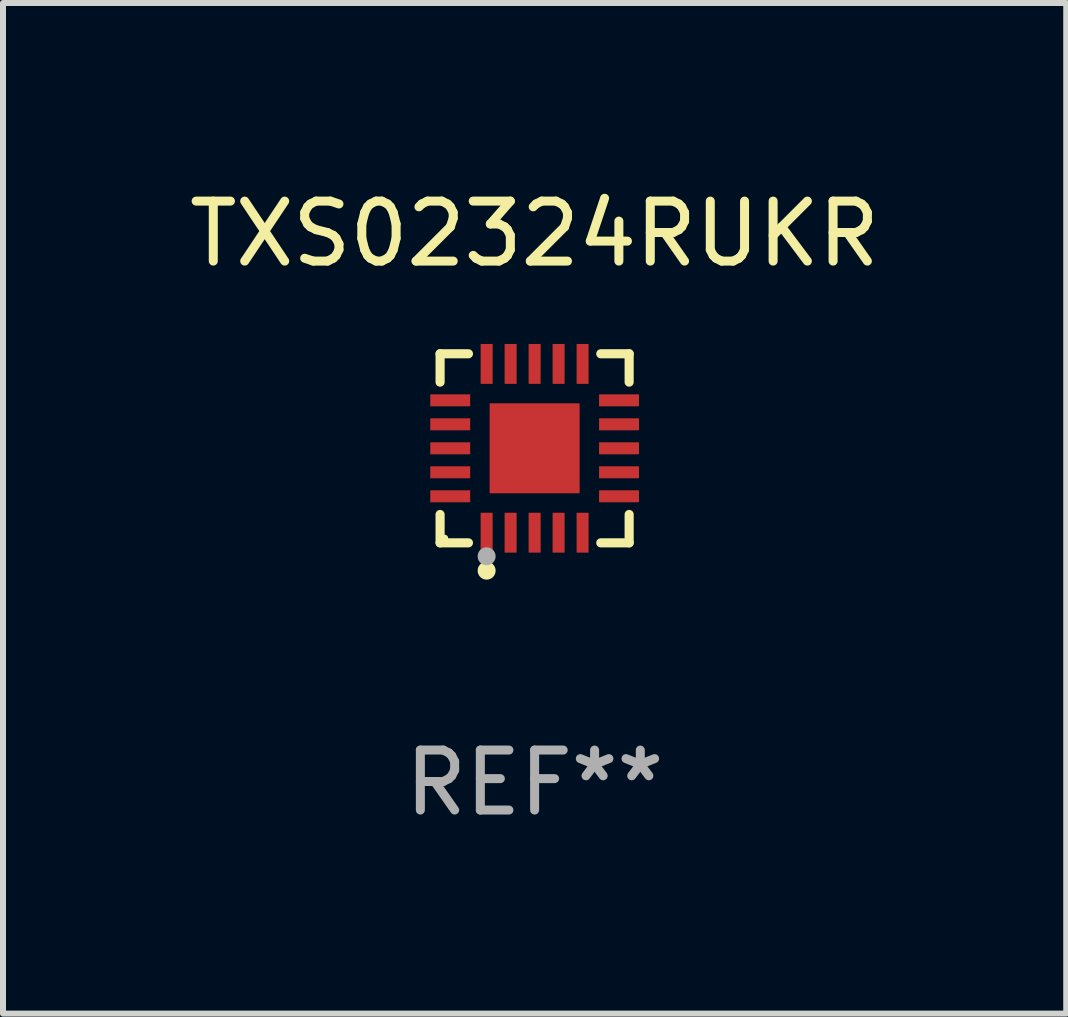
<source format=kicad_pcb>
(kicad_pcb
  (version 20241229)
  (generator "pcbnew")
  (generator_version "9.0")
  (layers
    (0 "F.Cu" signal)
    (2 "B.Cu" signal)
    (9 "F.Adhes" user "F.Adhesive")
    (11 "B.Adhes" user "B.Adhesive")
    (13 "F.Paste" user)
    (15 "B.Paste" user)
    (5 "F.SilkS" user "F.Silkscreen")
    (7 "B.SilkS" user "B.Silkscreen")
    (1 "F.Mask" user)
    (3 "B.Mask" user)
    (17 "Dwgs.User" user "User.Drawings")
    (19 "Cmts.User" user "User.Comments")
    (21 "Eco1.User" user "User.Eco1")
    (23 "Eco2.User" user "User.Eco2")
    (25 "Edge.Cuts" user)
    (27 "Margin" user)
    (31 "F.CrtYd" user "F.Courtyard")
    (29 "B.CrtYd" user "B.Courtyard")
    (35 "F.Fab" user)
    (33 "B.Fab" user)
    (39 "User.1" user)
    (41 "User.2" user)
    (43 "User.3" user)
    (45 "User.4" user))
  (footprint "TXS02324RUKR"
    (layer "F.Cu")
    (at 5.863 4.424)
    (property "Reference" "TXS02324RUKR" (at 0 -3.576 0) (layer "F.SilkS") (effects (font (size 1 1) (thickness 0.15))))
    (attr through_hole)
    (fp_line (start -1.576 -1.576) (end -1.103 -1.576) (stroke (width 0.152) (type solid)) (layer "F.SilkS"))
    (fp_line (start -1.576 -1.103) (end -1.576 -1.576) (stroke (width 0.152) (type solid)) (layer "F.SilkS"))
    (fp_line (start -1.576 1.103) (end -1.576 1.576) (stroke (width 0.152) (type solid)) (layer "F.SilkS"))
    (fp_line (start -1.576 1.576) (end -1.103 1.576) (stroke (width 0.152) (type solid)) (layer "F.SilkS"))
    (fp_line (start 1.576 -1.576) (end 1.103 -1.576) (stroke (width 0.152) (type solid)) (layer "F.SilkS"))
    (fp_line (start 1.576 -1.103) (end 1.576 -1.576) (stroke (width 0.152) (type solid)) (layer "F.SilkS"))
    (fp_line (start 1.576 1.103) (end 1.576 1.576) (stroke (width 0.152) (type solid)) (layer "F.SilkS"))
    (fp_line (start 1.576 1.576) (end 1.103 1.576) (stroke (width 0.152) (type solid)) (layer "F.SilkS"))
    (fp_circle (center -1.5 1.5) (end -1.47 1.5) (stroke (width 0.06) (type solid)) (fill no) (layer "F.SilkS"))
    (fp_circle (center -0.8 2.04) (end -0.725 2.04) (stroke (width 0.15) (type solid)) (fill no) (layer "F.SilkS"))
    (fp_circle (center -0.8 1.8) (end -0.725 1.8) (stroke (width 0.15) (type solid)) (fill no) (layer "F.Fab"))
    (fp_text user "REF**" (at 0 5.576 0) (layer "F.Fab") (effects (font (size 1 1) (thickness 0.15))))
    (pad "1" smd rect (at -0.8 1.407) (size 0.2 0.665) (layers "F.Cu" "F.Mask" "F.Paste"))
    (pad "2" smd rect (at -0.4 1.407) (size 0.2 0.665) (layers "F.Cu" "F.Mask" "F.Paste"))
    (pad "3" smd rect (at 0 1.407) (size 0.2 0.665) (layers "F.Cu" "F.Mask" "F.Paste"))
    (pad "4" smd rect (at 0.4 1.407) (size 0.2 0.665) (layers "F.Cu" "F.Mask" "F.Paste"))
    (pad "5" smd rect (at 0.8 1.407) (size 0.2 0.665) (layers "F.Cu" "F.Mask" "F.Paste"))
    (pad "6" smd rect (at 1.407 0.8) (size 0.665 0.2) (layers "F.Cu" "F.Mask" "F.Paste"))
    (pad "7" smd rect (at 1.407 0.4) (size 0.665 0.2) (layers "F.Cu" "F.Mask" "F.Paste"))
    (pad "8" smd rect (at 1.407 0) (size 0.665 0.2) (layers "F.Cu" "F.Mask" "F.Paste"))
    (pad "9" smd rect (at 1.407 -0.4) (size 0.665 0.2) (layers "F.Cu" "F.Mask" "F.Paste"))
    (pad "10" smd rect (at 1.407 -0.8) (size 0.665 0.2) (layers "F.Cu" "F.Mask" "F.Paste"))
    (pad "11" smd rect (at 0.8 -1.407) (size 0.2 0.665) (layers "F.Cu" "F.Mask" "F.Paste"))
    (pad "12" smd rect (at 0.4 -1.407) (size 0.2 0.665) (layers "F.Cu" "F.Mask" "F.Paste"))
    (pad "13" smd rect (at 0 -1.407) (size 0.2 0.665) (layers "F.Cu" "F.Mask" "F.Paste"))
    (pad "14" smd rect (at -0.4 -1.407) (size 0.2 0.665) (layers "F.Cu" "F.Mask" "F.Paste"))
    (pad "15" smd rect (at -0.8 -1.407) (size 0.2 0.665) (layers "F.Cu" "F.Mask" "F.Paste"))
    (pad "16" smd rect (at -1.407 -0.8) (size 0.665 0.2) (layers "F.Cu" "F.Mask" "F.Paste"))
    (pad "17" smd rect (at -1.407 -0.4) (size 0.665 0.2) (layers "F.Cu" "F.Mask" "F.Paste"))
    (pad "18" smd rect (at -1.407 0) (size 0.665 0.2) (layers "F.Cu" "F.Mask" "F.Paste"))
    (pad "19" smd rect (at -1.407 0.4) (size 0.665 0.2) (layers "F.Cu" "F.Mask" "F.Paste"))
    (pad "20" smd rect (at -1.407 0.8) (size 0.665 0.2) (layers "F.Cu" "F.Mask" "F.Paste"))
    (pad "21" smd rect (at 0 0) (size 1.5 1.5) (layers "F.Cu" "F.Mask" "F.Paste")))
  (gr_rect
    (start -3 -3)
    (end 14.726 13.849)
    (stroke (width 0.1) (type default))
    (fill no)
    (layer "Edge.Cuts")))
</source>
